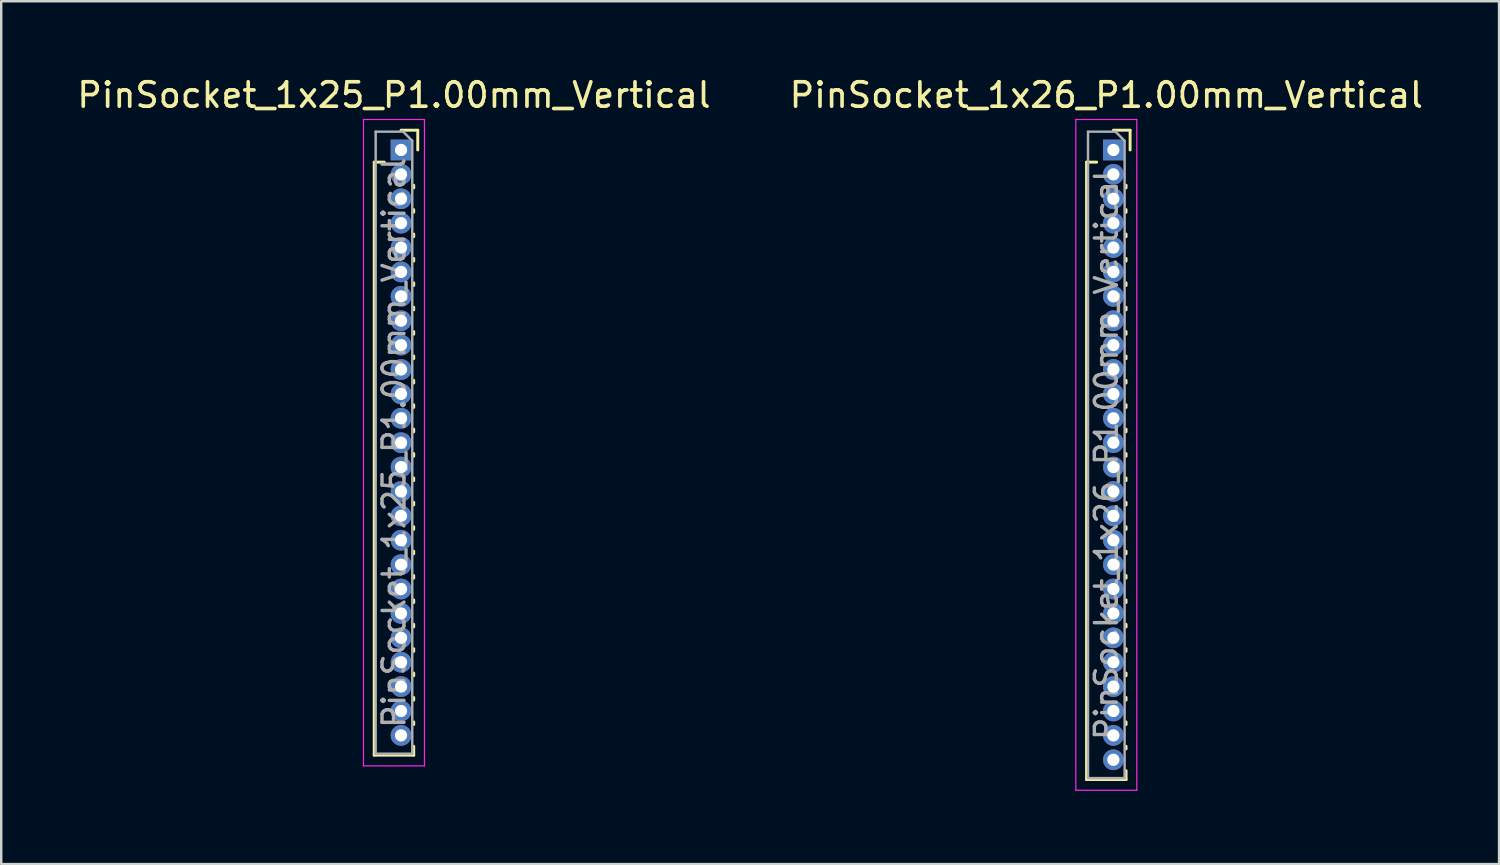
<source format=kicad_pcb>
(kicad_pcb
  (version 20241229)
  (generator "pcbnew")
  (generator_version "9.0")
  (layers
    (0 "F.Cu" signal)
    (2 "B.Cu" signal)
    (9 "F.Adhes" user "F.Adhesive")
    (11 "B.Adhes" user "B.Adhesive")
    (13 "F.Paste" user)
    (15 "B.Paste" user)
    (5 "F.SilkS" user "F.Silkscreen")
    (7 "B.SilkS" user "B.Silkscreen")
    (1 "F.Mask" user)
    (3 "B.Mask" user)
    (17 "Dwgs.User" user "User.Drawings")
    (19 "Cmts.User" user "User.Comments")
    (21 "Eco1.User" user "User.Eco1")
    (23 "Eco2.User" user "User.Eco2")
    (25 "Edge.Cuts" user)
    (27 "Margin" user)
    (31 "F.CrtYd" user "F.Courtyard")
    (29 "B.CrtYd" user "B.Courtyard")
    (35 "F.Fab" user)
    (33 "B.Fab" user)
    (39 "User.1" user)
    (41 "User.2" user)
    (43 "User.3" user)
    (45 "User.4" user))
  (footprint "PinSocket_1x25_P1.00mm_Vertical"
    (layer "F.Cu")
    (at 13.391 3.098)
    (property "Reference" "PinSocket_1x25_P1.00mm_Vertical" (at -0.29 -2.25 0) (layer "F.SilkS") (effects (font (size 1 1) (thickness 0.15))))
    (attr through_hole)
    (fp_line (start -1.1 0.5) (end -1.1 24.81) (stroke (width 0.12) (type solid)) (layer "F.SilkS"))
    (fp_line (start -1.1 0.5) (end -0.685 0.5) (stroke (width 0.12) (type solid)) (layer "F.SilkS"))
    (fp_line (start -1.1 24.81) (end 0.52 24.81) (stroke (width 0.12) (type solid)) (layer "F.SilkS"))
    (fp_line (start 0 -0.81) (end 0.685 -0.81) (stroke (width 0.12) (type solid)) (layer "F.SilkS"))
    (fp_line (start 0.52 1.446) (end 0.52 1.554) (stroke (width 0.12) (type solid)) (layer "F.SilkS"))
    (fp_line (start 0.52 2.446) (end 0.52 2.554) (stroke (width 0.12) (type solid)) (layer "F.SilkS"))
    (fp_line (start 0.52 3.446) (end 0.52 3.554) (stroke (width 0.12) (type solid)) (layer "F.SilkS"))
    (fp_line (start 0.52 4.446) (end 0.52 4.554) (stroke (width 0.12) (type solid)) (layer "F.SilkS"))
    (fp_line (start 0.52 5.446) (end 0.52 5.554) (stroke (width 0.12) (type solid)) (layer "F.SilkS"))
    (fp_line (start 0.52 6.446) (end 0.52 6.554) (stroke (width 0.12) (type solid)) (layer "F.SilkS"))
    (fp_line (start 0.52 7.446) (end 0.52 7.554) (stroke (width 0.12) (type solid)) (layer "F.SilkS"))
    (fp_line (start 0.52 8.446) (end 0.52 8.554) (stroke (width 0.12) (type solid)) (layer "F.SilkS"))
    (fp_line (start 0.52 9.446) (end 0.52 9.554) (stroke (width 0.12) (type solid)) (layer "F.SilkS"))
    (fp_line (start 0.52 10.446) (end 0.52 10.554) (stroke (width 0.12) (type solid)) (layer "F.SilkS"))
    (fp_line (start 0.52 11.446) (end 0.52 11.554) (stroke (width 0.12) (type solid)) (layer "F.SilkS"))
    (fp_line (start 0.52 12.446) (end 0.52 12.554) (stroke (width 0.12) (type solid)) (layer "F.SilkS"))
    (fp_line (start 0.52 13.446) (end 0.52 13.554) (stroke (width 0.12) (type solid)) (layer "F.SilkS"))
    (fp_line (start 0.52 14.446) (end 0.52 14.554) (stroke (width 0.12) (type solid)) (layer "F.SilkS"))
    (fp_line (start 0.52 15.446) (end 0.52 15.554) (stroke (width 0.12) (type solid)) (layer "F.SilkS"))
    (fp_line (start 0.52 16.446) (end 0.52 16.554) (stroke (width 0.12) (type solid)) (layer "F.SilkS"))
    (fp_line (start 0.52 17.446) (end 0.52 17.554) (stroke (width 0.12) (type solid)) (layer "F.SilkS"))
    (fp_line (start 0.52 18.446) (end 0.52 18.554) (stroke (width 0.12) (type solid)) (layer "F.SilkS"))
    (fp_line (start 0.52 19.446) (end 0.52 19.554) (stroke (width 0.12) (type solid)) (layer "F.SilkS"))
    (fp_line (start 0.52 20.446) (end 0.52 20.554) (stroke (width 0.12) (type solid)) (layer "F.SilkS"))
    (fp_line (start 0.52 21.446) (end 0.52 21.554) (stroke (width 0.12) (type solid)) (layer "F.SilkS"))
    (fp_line (start 0.52 22.446) (end 0.52 22.554) (stroke (width 0.12) (type solid)) (layer "F.SilkS"))
    (fp_line (start 0.52 23.446) (end 0.52 23.554) (stroke (width 0.12) (type solid)) (layer "F.SilkS"))
    (fp_line (start 0.52 24.446) (end 0.52 24.81) (stroke (width 0.12) (type solid)) (layer "F.SilkS"))
    (fp_line (start 0.685 -0.81) (end 0.685 0) (stroke (width 0.12) (type solid)) (layer "F.SilkS"))
    (fp_line (start -1.54 -1.25) (end 0.96 -1.25) (stroke (width 0.05) (type solid)) (layer "F.CrtYd"))
    (fp_line (start -1.54 25.25) (end -1.54 -1.25) (stroke (width 0.05) (type solid)) (layer "F.CrtYd"))
    (fp_line (start 0.96 -1.25) (end 0.96 25.25) (stroke (width 0.05) (type solid)) (layer "F.CrtYd"))
    (fp_line (start 0.96 25.25) (end -1.54 25.25) (stroke (width 0.05) (type solid)) (layer "F.CrtYd"))
    (fp_line (start -1.04 -0.75) (end 0.085 -0.75) (stroke (width 0.1) (type solid)) (layer "F.Fab"))
    (fp_line (start -1.04 24.75) (end -1.04 -0.75) (stroke (width 0.1) (type solid)) (layer "F.Fab"))
    (fp_line (start 0.085 -0.75) (end 0.46 -0.375) (stroke (width 0.1) (type solid)) (layer "F.Fab"))
    (fp_line (start 0.46 -0.375) (end 0.46 24.75) (stroke (width 0.1) (type solid)) (layer "F.Fab"))
    (fp_line (start 0.46 24.75) (end -1.04 24.75) (stroke (width 0.1) (type solid)) (layer "F.Fab"))
    (fp_text user "${REFERENCE}" (at -0.29 12 90) (layer "F.Fab") (effects (font (size 0.9 0.9) (thickness 0.14))))
    (pad "1" thru_hole rect (at 0 0) (size 0.85 0.85) (drill 0.5) (layers "*.Cu" "*.Mask"))
    (pad "2" thru_hole circle (at 0 1) (size 0.85 0.85) (drill 0.5) (layers "*.Cu" "*.Mask"))
    (pad "3" thru_hole circle (at 0 2) (size 0.85 0.85) (drill 0.5) (layers "*.Cu" "*.Mask"))
    (pad "4" thru_hole circle (at 0 3) (size 0.85 0.85) (drill 0.5) (layers "*.Cu" "*.Mask"))
    (pad "5" thru_hole circle (at 0 4) (size 0.85 0.85) (drill 0.5) (layers "*.Cu" "*.Mask"))
    (pad "6" thru_hole circle (at 0 5) (size 0.85 0.85) (drill 0.5) (layers "*.Cu" "*.Mask"))
    (pad "7" thru_hole circle (at 0 6) (size 0.85 0.85) (drill 0.5) (layers "*.Cu" "*.Mask"))
    (pad "8" thru_hole circle (at 0 7) (size 0.85 0.85) (drill 0.5) (layers "*.Cu" "*.Mask"))
    (pad "9" thru_hole circle (at 0 8) (size 0.85 0.85) (drill 0.5) (layers "*.Cu" "*.Mask"))
    (pad "10" thru_hole circle (at 0 9) (size 0.85 0.85) (drill 0.5) (layers "*.Cu" "*.Mask"))
    (pad "11" thru_hole circle (at 0 10) (size 0.85 0.85) (drill 0.5) (layers "*.Cu" "*.Mask"))
    (pad "12" thru_hole circle (at 0 11) (size 0.85 0.85) (drill 0.5) (layers "*.Cu" "*.Mask"))
    (pad "13" thru_hole circle (at 0 12) (size 0.85 0.85) (drill 0.5) (layers "*.Cu" "*.Mask"))
    (pad "14" thru_hole circle (at 0 13) (size 0.85 0.85) (drill 0.5) (layers "*.Cu" "*.Mask"))
    (pad "15" thru_hole circle (at 0 14) (size 0.85 0.85) (drill 0.5) (layers "*.Cu" "*.Mask"))
    (pad "16" thru_hole circle (at 0 15) (size 0.85 0.85) (drill 0.5) (layers "*.Cu" "*.Mask"))
    (pad "17" thru_hole circle (at 0 16) (size 0.85 0.85) (drill 0.5) (layers "*.Cu" "*.Mask"))
    (pad "18" thru_hole circle (at 0 17) (size 0.85 0.85) (drill 0.5) (layers "*.Cu" "*.Mask"))
    (pad "19" thru_hole circle (at 0 18) (size 0.85 0.85) (drill 0.5) (layers "*.Cu" "*.Mask"))
    (pad "20" thru_hole circle (at 0 19) (size 0.85 0.85) (drill 0.5) (layers "*.Cu" "*.Mask"))
    (pad "21" thru_hole circle (at 0 20) (size 0.85 0.85) (drill 0.5) (layers "*.Cu" "*.Mask"))
    (pad "22" thru_hole circle (at 0 21) (size 0.85 0.85) (drill 0.5) (layers "*.Cu" "*.Mask"))
    (pad "23" thru_hole circle (at 0 22) (size 0.85 0.85) (drill 0.5) (layers "*.Cu" "*.Mask"))
    (pad "24" thru_hole circle (at 0 23) (size 0.85 0.85) (drill 0.5) (layers "*.Cu" "*.Mask"))
    (pad "25" thru_hole circle (at 0 24) (size 0.85 0.85) (drill 0.5) (layers "*.Cu" "*.Mask")))
  (footprint "PinSocket_1x26_P1.00mm_Vertical"
    (layer "F.Cu")
    (at 42.594 3.098)
    (property "Reference" "PinSocket_1x26_P1.00mm_Vertical" (at -0.29 -2.25 0) (layer "F.SilkS") (effects (font (size 1 1) (thickness 0.15))))
    (attr through_hole)
    (fp_line (start -1.1 0.5) (end -1.1 25.81) (stroke (width 0.12) (type solid)) (layer "F.SilkS"))
    (fp_line (start -1.1 0.5) (end -0.685 0.5) (stroke (width 0.12) (type solid)) (layer "F.SilkS"))
    (fp_line (start -1.1 25.81) (end 0.52 25.81) (stroke (width 0.12) (type solid)) (layer "F.SilkS"))
    (fp_line (start 0 -0.81) (end 0.685 -0.81) (stroke (width 0.12) (type solid)) (layer "F.SilkS"))
    (fp_line (start 0.52 1.446) (end 0.52 1.554) (stroke (width 0.12) (type solid)) (layer "F.SilkS"))
    (fp_line (start 0.52 2.446) (end 0.52 2.554) (stroke (width 0.12) (type solid)) (layer "F.SilkS"))
    (fp_line (start 0.52 3.446) (end 0.52 3.554) (stroke (width 0.12) (type solid)) (layer "F.SilkS"))
    (fp_line (start 0.52 4.446) (end 0.52 4.554) (stroke (width 0.12) (type solid)) (layer "F.SilkS"))
    (fp_line (start 0.52 5.446) (end 0.52 5.554) (stroke (width 0.12) (type solid)) (layer "F.SilkS"))
    (fp_line (start 0.52 6.446) (end 0.52 6.554) (stroke (width 0.12) (type solid)) (layer "F.SilkS"))
    (fp_line (start 0.52 7.446) (end 0.52 7.554) (stroke (width 0.12) (type solid)) (layer "F.SilkS"))
    (fp_line (start 0.52 8.446) (end 0.52 8.554) (stroke (width 0.12) (type solid)) (layer "F.SilkS"))
    (fp_line (start 0.52 9.446) (end 0.52 9.554) (stroke (width 0.12) (type solid)) (layer "F.SilkS"))
    (fp_line (start 0.52 10.446) (end 0.52 10.554) (stroke (width 0.12) (type solid)) (layer "F.SilkS"))
    (fp_line (start 0.52 11.446) (end 0.52 11.554) (stroke (width 0.12) (type solid)) (layer "F.SilkS"))
    (fp_line (start 0.52 12.446) (end 0.52 12.554) (stroke (width 0.12) (type solid)) (layer "F.SilkS"))
    (fp_line (start 0.52 13.446) (end 0.52 13.554) (stroke (width 0.12) (type solid)) (layer "F.SilkS"))
    (fp_line (start 0.52 14.446) (end 0.52 14.554) (stroke (width 0.12) (type solid)) (layer "F.SilkS"))
    (fp_line (start 0.52 15.446) (end 0.52 15.554) (stroke (width 0.12) (type solid)) (layer "F.SilkS"))
    (fp_line (start 0.52 16.446) (end 0.52 16.554) (stroke (width 0.12) (type solid)) (layer "F.SilkS"))
    (fp_line (start 0.52 17.446) (end 0.52 17.554) (stroke (width 0.12) (type solid)) (layer "F.SilkS"))
    (fp_line (start 0.52 18.446) (end 0.52 18.554) (stroke (width 0.12) (type solid)) (layer "F.SilkS"))
    (fp_line (start 0.52 19.446) (end 0.52 19.554) (stroke (width 0.12) (type solid)) (layer "F.SilkS"))
    (fp_line (start 0.52 20.446) (end 0.52 20.554) (stroke (width 0.12) (type solid)) (layer "F.SilkS"))
    (fp_line (start 0.52 21.446) (end 0.52 21.554) (stroke (width 0.12) (type solid)) (layer "F.SilkS"))
    (fp_line (start 0.52 22.446) (end 0.52 22.554) (stroke (width 0.12) (type solid)) (layer "F.SilkS"))
    (fp_line (start 0.52 23.446) (end 0.52 23.554) (stroke (width 0.12) (type solid)) (layer "F.SilkS"))
    (fp_line (start 0.52 24.446) (end 0.52 24.554) (stroke (width 0.12) (type solid)) (layer "F.SilkS"))
    (fp_line (start 0.52 25.446) (end 0.52 25.81) (stroke (width 0.12) (type solid)) (layer "F.SilkS"))
    (fp_line (start 0.685 -0.81) (end 0.685 0) (stroke (width 0.12) (type solid)) (layer "F.SilkS"))
    (fp_line (start -1.54 -1.25) (end 0.96 -1.25) (stroke (width 0.05) (type solid)) (layer "F.CrtYd"))
    (fp_line (start -1.54 26.25) (end -1.54 -1.25) (stroke (width 0.05) (type solid)) (layer "F.CrtYd"))
    (fp_line (start 0.96 -1.25) (end 0.96 26.25) (stroke (width 0.05) (type solid)) (layer "F.CrtYd"))
    (fp_line (start 0.96 26.25) (end -1.54 26.25) (stroke (width 0.05) (type solid)) (layer "F.CrtYd"))
    (fp_line (start -1.04 -0.75) (end 0.085 -0.75) (stroke (width 0.1) (type solid)) (layer "F.Fab"))
    (fp_line (start -1.04 25.75) (end -1.04 -0.75) (stroke (width 0.1) (type solid)) (layer "F.Fab"))
    (fp_line (start 0.085 -0.75) (end 0.46 -0.375) (stroke (width 0.1) (type solid)) (layer "F.Fab"))
    (fp_line (start 0.46 -0.375) (end 0.46 25.75) (stroke (width 0.1) (type solid)) (layer "F.Fab"))
    (fp_line (start 0.46 25.75) (end -1.04 25.75) (stroke (width 0.1) (type solid)) (layer "F.Fab"))
    (fp_text user "${REFERENCE}" (at -0.29 12.5 90) (layer "F.Fab") (effects (font (size 0.9 0.9) (thickness 0.14))))
    (pad "1" thru_hole rect (at 0 0) (size 0.85 0.85) (drill 0.5) (layers "*.Cu" "*.Mask"))
    (pad "2" thru_hole circle (at 0 1) (size 0.85 0.85) (drill 0.5) (layers "*.Cu" "*.Mask"))
    (pad "3" thru_hole circle (at 0 2) (size 0.85 0.85) (drill 0.5) (layers "*.Cu" "*.Mask"))
    (pad "4" thru_hole circle (at 0 3) (size 0.85 0.85) (drill 0.5) (layers "*.Cu" "*.Mask"))
    (pad "5" thru_hole circle (at 0 4) (size 0.85 0.85) (drill 0.5) (layers "*.Cu" "*.Mask"))
    (pad "6" thru_hole circle (at 0 5) (size 0.85 0.85) (drill 0.5) (layers "*.Cu" "*.Mask"))
    (pad "7" thru_hole circle (at 0 6) (size 0.85 0.85) (drill 0.5) (layers "*.Cu" "*.Mask"))
    (pad "8" thru_hole circle (at 0 7) (size 0.85 0.85) (drill 0.5) (layers "*.Cu" "*.Mask"))
    (pad "9" thru_hole circle (at 0 8) (size 0.85 0.85) (drill 0.5) (layers "*.Cu" "*.Mask"))
    (pad "10" thru_hole circle (at 0 9) (size 0.85 0.85) (drill 0.5) (layers "*.Cu" "*.Mask"))
    (pad "11" thru_hole circle (at 0 10) (size 0.85 0.85) (drill 0.5) (layers "*.Cu" "*.Mask"))
    (pad "12" thru_hole circle (at 0 11) (size 0.85 0.85) (drill 0.5) (layers "*.Cu" "*.Mask"))
    (pad "13" thru_hole circle (at 0 12) (size 0.85 0.85) (drill 0.5) (layers "*.Cu" "*.Mask"))
    (pad "14" thru_hole circle (at 0 13) (size 0.85 0.85) (drill 0.5) (layers "*.Cu" "*.Mask"))
    (pad "15" thru_hole circle (at 0 14) (size 0.85 0.85) (drill 0.5) (layers "*.Cu" "*.Mask"))
    (pad "16" thru_hole circle (at 0 15) (size 0.85 0.85) (drill 0.5) (layers "*.Cu" "*.Mask"))
    (pad "17" thru_hole circle (at 0 16) (size 0.85 0.85) (drill 0.5) (layers "*.Cu" "*.Mask"))
    (pad "18" thru_hole circle (at 0 17) (size 0.85 0.85) (drill 0.5) (layers "*.Cu" "*.Mask"))
    (pad "19" thru_hole circle (at 0 18) (size 0.85 0.85) (drill 0.5) (layers "*.Cu" "*.Mask"))
    (pad "20" thru_hole circle (at 0 19) (size 0.85 0.85) (drill 0.5) (layers "*.Cu" "*.Mask"))
    (pad "21" thru_hole circle (at 0 20) (size 0.85 0.85) (drill 0.5) (layers "*.Cu" "*.Mask"))
    (pad "22" thru_hole circle (at 0 21) (size 0.85 0.85) (drill 0.5) (layers "*.Cu" "*.Mask"))
    (pad "23" thru_hole circle (at 0 22) (size 0.85 0.85) (drill 0.5) (layers "*.Cu" "*.Mask"))
    (pad "24" thru_hole circle (at 0 23) (size 0.85 0.85) (drill 0.5) (layers "*.Cu" "*.Mask"))
    (pad "25" thru_hole circle (at 0 24) (size 0.85 0.85) (drill 0.5) (layers "*.Cu" "*.Mask"))
    (pad "26" thru_hole circle (at 0 25) (size 0.85 0.85) (drill 0.5) (layers "*.Cu" "*.Mask")))
  (gr_rect
    (start -3 -3)
    (end 58.405 32.373)
    (stroke (width 0.1) (type default))
    (fill no)
    (layer "Edge.Cuts")))
</source>
